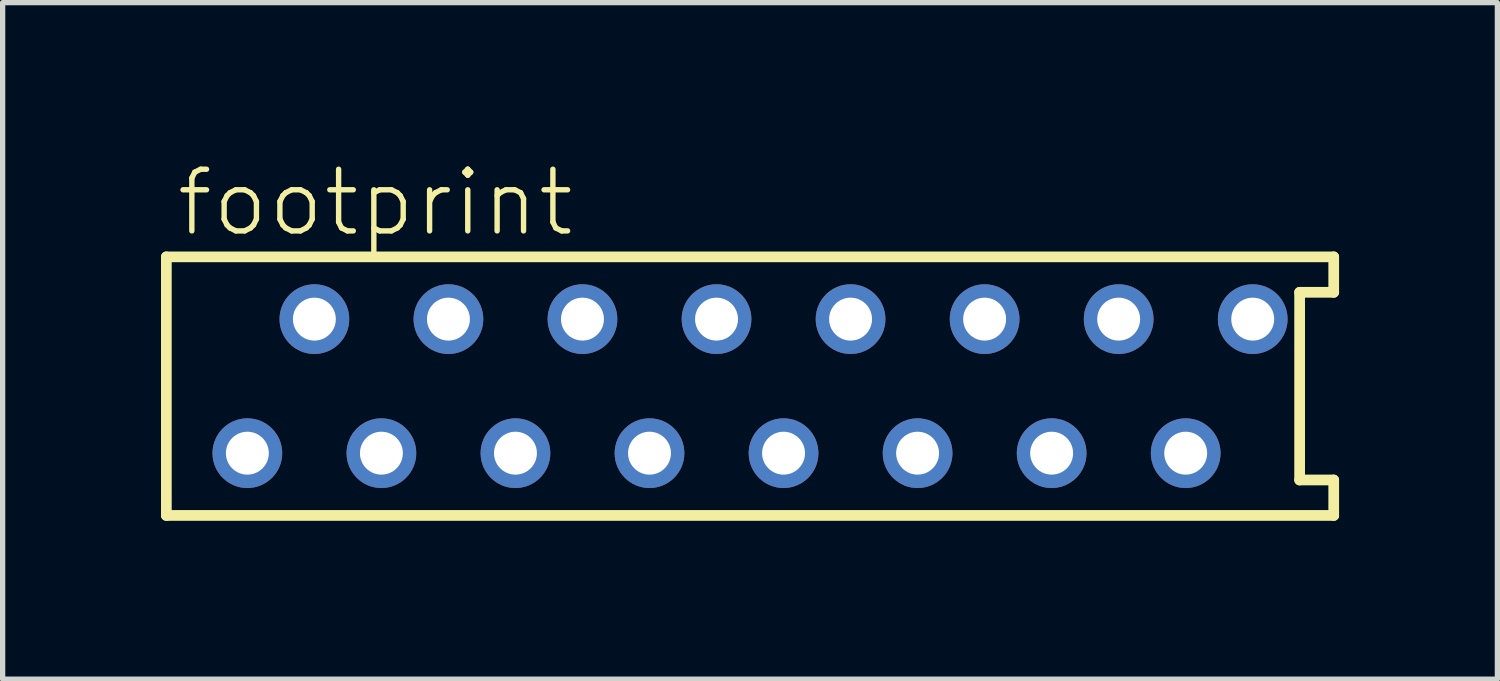
<source format=kicad_pcb>
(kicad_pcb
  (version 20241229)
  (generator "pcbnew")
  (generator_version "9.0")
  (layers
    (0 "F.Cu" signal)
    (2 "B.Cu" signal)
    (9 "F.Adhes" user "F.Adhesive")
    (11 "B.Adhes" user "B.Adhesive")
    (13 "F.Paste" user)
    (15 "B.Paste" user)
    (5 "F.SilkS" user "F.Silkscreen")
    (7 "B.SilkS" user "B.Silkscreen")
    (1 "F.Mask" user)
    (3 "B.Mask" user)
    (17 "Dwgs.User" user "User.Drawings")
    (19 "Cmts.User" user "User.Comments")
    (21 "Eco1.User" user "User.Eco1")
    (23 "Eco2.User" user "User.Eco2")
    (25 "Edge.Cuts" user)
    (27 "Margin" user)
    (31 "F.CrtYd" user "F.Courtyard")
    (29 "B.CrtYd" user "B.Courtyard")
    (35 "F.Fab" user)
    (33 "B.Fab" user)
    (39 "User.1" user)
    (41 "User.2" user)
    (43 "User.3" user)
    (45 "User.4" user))
  (footprint "footprint"
    (layer "F.Cu")
    (at 11.162 4.267)
    (property "Reference" "footprint" (at -10.922 -2.794 0) (layer "F.SilkS") (effects (font (size 1.168 1.168) (thickness 0.102)) (justify left bottom)))
    (fp_line (start -11.06 -2.45) (end -11.06 2.45) (stroke (width 0.203) (type solid)) (layer "F.SilkS"))
    (fp_line (start -11.06 2.45) (end 11.06 2.45) (stroke (width 0.203) (type solid)) (layer "F.SilkS"))
    (fp_line (start 10.414 -1.778) (end 11.06 -1.778) (stroke (width 0.203) (type solid)) (layer "F.SilkS"))
    (fp_line (start 10.414 1.778) (end 10.414 -1.778) (stroke (width 0.203) (type solid)) (layer "F.SilkS"))
    (fp_line (start 11.06 -2.45) (end -11.06 -2.45) (stroke (width 0.203) (type solid)) (layer "F.SilkS"))
    (fp_line (start 11.06 -1.778) (end 11.06 -2.45) (stroke (width 0.203) (type solid)) (layer "F.SilkS"))
    (fp_line (start 11.06 1.778) (end 10.414 1.778) (stroke (width 0.203) (type solid)) (layer "F.SilkS"))
    (fp_line (start 11.06 2.45) (end 11.06 1.778) (stroke (width 0.203) (type solid)) (layer "F.SilkS"))
    (pad "1" thru_hole circle (at -9.525 1.27) (size 1.321 1.321) (drill 0.813) (layers "*.Cu" "*.Mask"))
    (pad "2" thru_hole circle (at -8.255 -1.27) (size 1.321 1.321) (drill 0.813) (layers "*.Cu" "*.Mask"))
    (pad "3" thru_hole circle (at -6.985 1.27) (size 1.321 1.321) (drill 0.813) (layers "*.Cu" "*.Mask"))
    (pad "4" thru_hole circle (at -5.715 -1.27) (size 1.321 1.321) (drill 0.813) (layers "*.Cu" "*.Mask"))
    (pad "5" thru_hole circle (at -4.445 1.27) (size 1.321 1.321) (drill 0.813) (layers "*.Cu" "*.Mask"))
    (pad "6" thru_hole circle (at -3.175 -1.27) (size 1.321 1.321) (drill 0.813) (layers "*.Cu" "*.Mask"))
    (pad "7" thru_hole circle (at -1.905 1.27) (size 1.321 1.321) (drill 0.813) (layers "*.Cu" "*.Mask"))
    (pad "8" thru_hole circle (at -0.635 -1.27) (size 1.321 1.321) (drill 0.813) (layers "*.Cu" "*.Mask"))
    (pad "9" thru_hole circle (at 0.635 1.27) (size 1.321 1.321) (drill 0.813) (layers "*.Cu" "*.Mask"))
    (pad "10" thru_hole circle (at 1.905 -1.27) (size 1.321 1.321) (drill 0.813) (layers "*.Cu" "*.Mask"))
    (pad "11" thru_hole circle (at 3.175 1.27) (size 1.321 1.321) (drill 0.813) (layers "*.Cu" "*.Mask"))
    (pad "12" thru_hole circle (at 4.445 -1.27) (size 1.321 1.321) (drill 0.813) (layers "*.Cu" "*.Mask"))
    (pad "13" thru_hole circle (at 5.715 1.27) (size 1.321 1.321) (drill 0.813) (layers "*.Cu" "*.Mask"))
    (pad "14" thru_hole circle (at 6.985 -1.27) (size 1.321 1.321) (drill 0.813) (layers "*.Cu" "*.Mask"))
    (pad "15" thru_hole circle (at 8.255 1.27) (size 1.321 1.321) (drill 0.813) (layers "*.Cu" "*.Mask"))
    (pad "16" thru_hole circle (at 9.525 -1.27) (size 1.321 1.321) (drill 0.813) (layers "*.Cu" "*.Mask")))
  (gr_rect
    (start -3 -3)
    (end 25.323 9.819)
    (stroke (width 0.1) (type default))
    (fill no)
    (layer "Edge.Cuts")))
</source>
